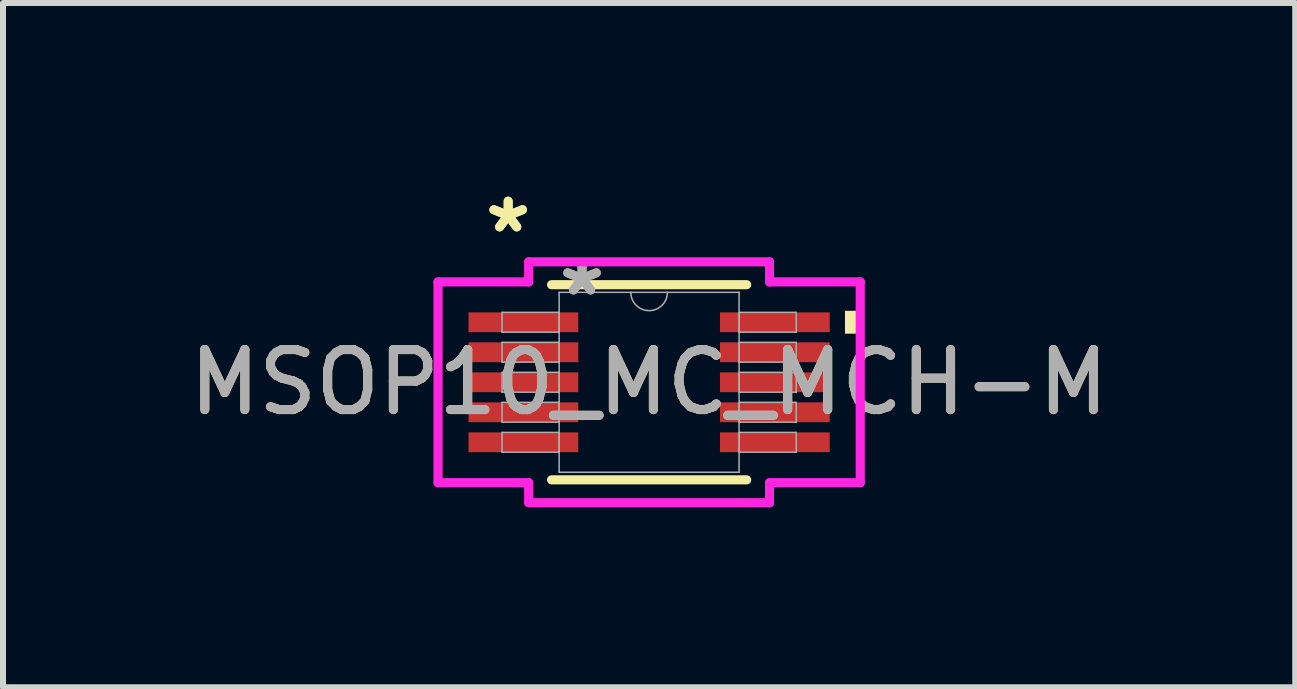
<source format=kicad_pcb>
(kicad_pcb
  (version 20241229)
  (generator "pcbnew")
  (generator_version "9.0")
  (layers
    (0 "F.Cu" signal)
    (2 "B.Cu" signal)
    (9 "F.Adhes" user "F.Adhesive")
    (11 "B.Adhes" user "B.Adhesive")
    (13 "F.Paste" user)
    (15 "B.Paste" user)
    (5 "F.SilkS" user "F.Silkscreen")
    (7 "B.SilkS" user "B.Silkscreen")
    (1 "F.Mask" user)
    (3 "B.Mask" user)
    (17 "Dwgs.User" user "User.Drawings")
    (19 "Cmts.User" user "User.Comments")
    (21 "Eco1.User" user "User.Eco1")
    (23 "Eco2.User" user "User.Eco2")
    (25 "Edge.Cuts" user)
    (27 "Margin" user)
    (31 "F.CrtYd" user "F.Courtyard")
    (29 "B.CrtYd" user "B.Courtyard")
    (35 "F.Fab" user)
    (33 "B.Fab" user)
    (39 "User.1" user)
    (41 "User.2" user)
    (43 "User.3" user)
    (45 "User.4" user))
  (footprint "MSOP10_MC_MCH-M"
    (layer "F.Cu")
    (at 7.768 3.321)
    (property "Reference" "MSOP10_MC_MCH-M" (at 0 0 0) (unlocked yes) (layer "F.SilkS") (effects (font (size 1 1) (thickness 0.15))))
    (attr smd)
    (fp_line (start -1.626 1.626) (end 1.626 1.626) (stroke (width 0.152) (type solid)) (layer "F.SilkS"))
    (fp_line (start 1.626 -1.626) (end -1.626 -1.626) (stroke (width 0.152) (type solid)) (layer "F.SilkS"))
    (fp_poly (pts (xy 3.518 -1.191) (xy 3.518 -0.81) (xy 3.264 -0.81) (xy 3.264 -1.191)) (stroke (width 0) (type solid)) (fill yes) (layer "F.SilkS"))
    (fp_line (start -3.518 -1.673) (end -2.007 -1.673) (stroke (width 0.152) (type solid)) (layer "F.CrtYd"))
    (fp_line (start -3.518 1.673) (end -3.518 -1.673) (stroke (width 0.152) (type solid)) (layer "F.CrtYd"))
    (fp_line (start -3.518 1.673) (end -2.007 1.673) (stroke (width 0.152) (type solid)) (layer "F.CrtYd"))
    (fp_line (start -2.007 -2.007) (end 2.007 -2.007) (stroke (width 0.152) (type solid)) (layer "F.CrtYd"))
    (fp_line (start -2.007 -1.673) (end -2.007 -2.007) (stroke (width 0.152) (type solid)) (layer "F.CrtYd"))
    (fp_line (start -2.007 2.007) (end -2.007 1.673) (stroke (width 0.152) (type solid)) (layer "F.CrtYd"))
    (fp_line (start 2.007 -2.007) (end 2.007 -1.673) (stroke (width 0.152) (type solid)) (layer "F.CrtYd"))
    (fp_line (start 2.007 1.673) (end 2.007 2.007) (stroke (width 0.152) (type solid)) (layer "F.CrtYd"))
    (fp_line (start 2.007 2.007) (end -2.007 2.007) (stroke (width 0.152) (type solid)) (layer "F.CrtYd"))
    (fp_line (start 3.518 -1.673) (end 2.007 -1.673) (stroke (width 0.152) (type solid)) (layer "F.CrtYd"))
    (fp_line (start 3.518 -1.673) (end 3.518 1.673) (stroke (width 0.152) (type solid)) (layer "F.CrtYd"))
    (fp_line (start 3.518 1.673) (end 2.007 1.673) (stroke (width 0.152) (type solid)) (layer "F.CrtYd"))
    (fp_line (start -2.451 -1.165) (end -2.451 -0.835) (stroke (width 0.025) (type solid)) (layer "F.Fab"))
    (fp_line (start -2.451 -0.835) (end -1.499 -0.835) (stroke (width 0.025) (type solid)) (layer "F.Fab"))
    (fp_line (start -2.451 -0.665) (end -2.451 -0.335) (stroke (width 0.025) (type solid)) (layer "F.Fab"))
    (fp_line (start -2.451 -0.335) (end -1.499 -0.335) (stroke (width 0.025) (type solid)) (layer "F.Fab"))
    (fp_line (start -2.451 -0.165) (end -2.451 0.165) (stroke (width 0.025) (type solid)) (layer "F.Fab"))
    (fp_line (start -2.451 0.165) (end -1.499 0.165) (stroke (width 0.025) (type solid)) (layer "F.Fab"))
    (fp_line (start -2.451 0.335) (end -2.451 0.665) (stroke (width 0.025) (type solid)) (layer "F.Fab"))
    (fp_line (start -2.451 0.665) (end -1.499 0.665) (stroke (width 0.025) (type solid)) (layer "F.Fab"))
    (fp_line (start -2.451 0.835) (end -2.451 1.165) (stroke (width 0.025) (type solid)) (layer "F.Fab"))
    (fp_line (start -2.451 1.165) (end -1.499 1.165) (stroke (width 0.025) (type solid)) (layer "F.Fab"))
    (fp_line (start -1.499 -1.499) (end -1.499 1.499) (stroke (width 0.025) (type solid)) (layer "F.Fab"))
    (fp_line (start -1.499 -1.165) (end -2.451 -1.165) (stroke (width 0.025) (type solid)) (layer "F.Fab"))
    (fp_line (start -1.499 -0.835) (end -1.499 -1.165) (stroke (width 0.025) (type solid)) (layer "F.Fab"))
    (fp_line (start -1.499 -0.665) (end -2.451 -0.665) (stroke (width 0.025) (type solid)) (layer "F.Fab"))
    (fp_line (start -1.499 -0.335) (end -1.499 -0.665) (stroke (width 0.025) (type solid)) (layer "F.Fab"))
    (fp_line (start -1.499 -0.165) (end -2.451 -0.165) (stroke (width 0.025) (type solid)) (layer "F.Fab"))
    (fp_line (start -1.499 0.165) (end -1.499 -0.165) (stroke (width 0.025) (type solid)) (layer "F.Fab"))
    (fp_line (start -1.499 0.335) (end -2.451 0.335) (stroke (width 0.025) (type solid)) (layer "F.Fab"))
    (fp_line (start -1.499 0.665) (end -1.499 0.335) (stroke (width 0.025) (type solid)) (layer "F.Fab"))
    (fp_line (start -1.499 0.835) (end -2.451 0.835) (stroke (width 0.025) (type solid)) (layer "F.Fab"))
    (fp_line (start -1.499 1.165) (end -1.499 0.835) (stroke (width 0.025) (type solid)) (layer "F.Fab"))
    (fp_line (start -1.499 1.499) (end 1.499 1.499) (stroke (width 0.025) (type solid)) (layer "F.Fab"))
    (fp_line (start 1.499 -1.499) (end -1.499 -1.499) (stroke (width 0.025) (type solid)) (layer "F.Fab"))
    (fp_line (start 1.499 -1.165) (end 1.499 -0.835) (stroke (width 0.025) (type solid)) (layer "F.Fab"))
    (fp_line (start 1.499 -0.835) (end 2.451 -0.835) (stroke (width 0.025) (type solid)) (layer "F.Fab"))
    (fp_line (start 1.499 -0.665) (end 1.499 -0.335) (stroke (width 0.025) (type solid)) (layer "F.Fab"))
    (fp_line (start 1.499 -0.335) (end 2.451 -0.335) (stroke (width 0.025) (type solid)) (layer "F.Fab"))
    (fp_line (start 1.499 -0.165) (end 1.499 0.165) (stroke (width 0.025) (type solid)) (layer "F.Fab"))
    (fp_line (start 1.499 0.165) (end 2.451 0.165) (stroke (width 0.025) (type solid)) (layer "F.Fab"))
    (fp_line (start 1.499 0.335) (end 1.499 0.665) (stroke (width 0.025) (type solid)) (layer "F.Fab"))
    (fp_line (start 1.499 0.665) (end 2.451 0.665) (stroke (width 0.025) (type solid)) (layer "F.Fab"))
    (fp_line (start 1.499 0.835) (end 1.499 1.165) (stroke (width 0.025) (type solid)) (layer "F.Fab"))
    (fp_line (start 1.499 1.165) (end 2.451 1.165) (stroke (width 0.025) (type solid)) (layer "F.Fab"))
    (fp_line (start 1.499 1.499) (end 1.499 -1.499) (stroke (width 0.025) (type solid)) (layer "F.Fab"))
    (fp_line (start 2.451 -1.165) (end 1.499 -1.165) (stroke (width 0.025) (type solid)) (layer "F.Fab"))
    (fp_line (start 2.451 -0.835) (end 2.451 -1.165) (stroke (width 0.025) (type solid)) (layer "F.Fab"))
    (fp_line (start 2.451 -0.665) (end 1.499 -0.665) (stroke (width 0.025) (type solid)) (layer "F.Fab"))
    (fp_line (start 2.451 -0.335) (end 2.451 -0.665) (stroke (width 0.025) (type solid)) (layer "F.Fab"))
    (fp_line (start 2.451 -0.165) (end 1.499 -0.165) (stroke (width 0.025) (type solid)) (layer "F.Fab"))
    (fp_line (start 2.451 0.165) (end 2.451 -0.165) (stroke (width 0.025) (type solid)) (layer "F.Fab"))
    (fp_line (start 2.451 0.335) (end 1.499 0.335) (stroke (width 0.025) (type solid)) (layer "F.Fab"))
    (fp_line (start 2.451 0.665) (end 2.451 0.335) (stroke (width 0.025) (type solid)) (layer "F.Fab"))
    (fp_line (start 2.451 0.835) (end 1.499 0.835) (stroke (width 0.025) (type solid)) (layer "F.Fab"))
    (fp_line (start 2.451 1.165) (end 2.451 0.835) (stroke (width 0.025) (type solid)) (layer "F.Fab"))
    (fp_arc (start 0.3048 -1.4986) (mid 0 -1.1938) (end -0.3048 -1.4986) (stroke (width 0.0254) (type solid)) (layer "F.Fab"))
    (fp_text user "*" (at -2.349 -2.473 0) (unlocked yes) (layer "F.SilkS") (effects (font (size 1 1) (thickness 0.15))))
    (fp_text user "*" (at -2.349 -2.473 0) (layer "F.SilkS") (effects (font (size 1 1) (thickness 0.15))))
    (fp_text user "*" (at -1.118 -1.422 0) (unlocked yes) (layer "F.Fab") (effects (font (size 1 1) (thickness 0.15))))
    (fp_text user "*" (at -1.118 -1.422 0) (layer "F.Fab") (effects (font (size 1 1) (thickness 0.15))))
    (fp_text user "${REFERENCE}" (at 0 0 0) (unlocked yes) (layer "F.Fab") (effects (font (size 1 1) (thickness 0.15))))
    (pad "1" smd rect (at -2.095 -1) (size 1.829 0.33) (layers "F.Cu" "F.Mask" "F.Paste"))
    (pad "2" smd rect (at -2.095 -0.5) (size 1.829 0.33) (layers "F.Cu" "F.Mask" "F.Paste"))
    (pad "3" smd rect (at -2.095 0) (size 1.829 0.33) (layers "F.Cu" "F.Mask" "F.Paste"))
    (pad "4" smd rect (at -2.095 0.5) (size 1.829 0.33) (layers "F.Cu" "F.Mask" "F.Paste"))
    (pad "5" smd rect (at -2.095 1) (size 1.829 0.33) (layers "F.Cu" "F.Mask" "F.Paste"))
    (pad "6" smd rect (at 2.095 1) (size 1.829 0.33) (layers "F.Cu" "F.Mask" "F.Paste"))
    (pad "7" smd rect (at 2.095 0.5) (size 1.829 0.33) (layers "F.Cu" "F.Mask" "F.Paste"))
    (pad "8" smd rect (at 2.095 0) (size 1.829 0.33) (layers "F.Cu" "F.Mask" "F.Paste"))
    (pad "9" smd rect (at 2.095 -0.5) (size 1.829 0.33) (layers "F.Cu" "F.Mask" "F.Paste"))
    (pad "10" smd rect (at 2.095 -1) (size 1.829 0.33) (layers "F.Cu" "F.Mask" "F.Paste")))
  (gr_rect
    (start -3 -3)
    (end 18.536 8.404)
    (stroke (width 0.1) (type default))
    (fill no)
    (layer "Edge.Cuts")))
</source>
